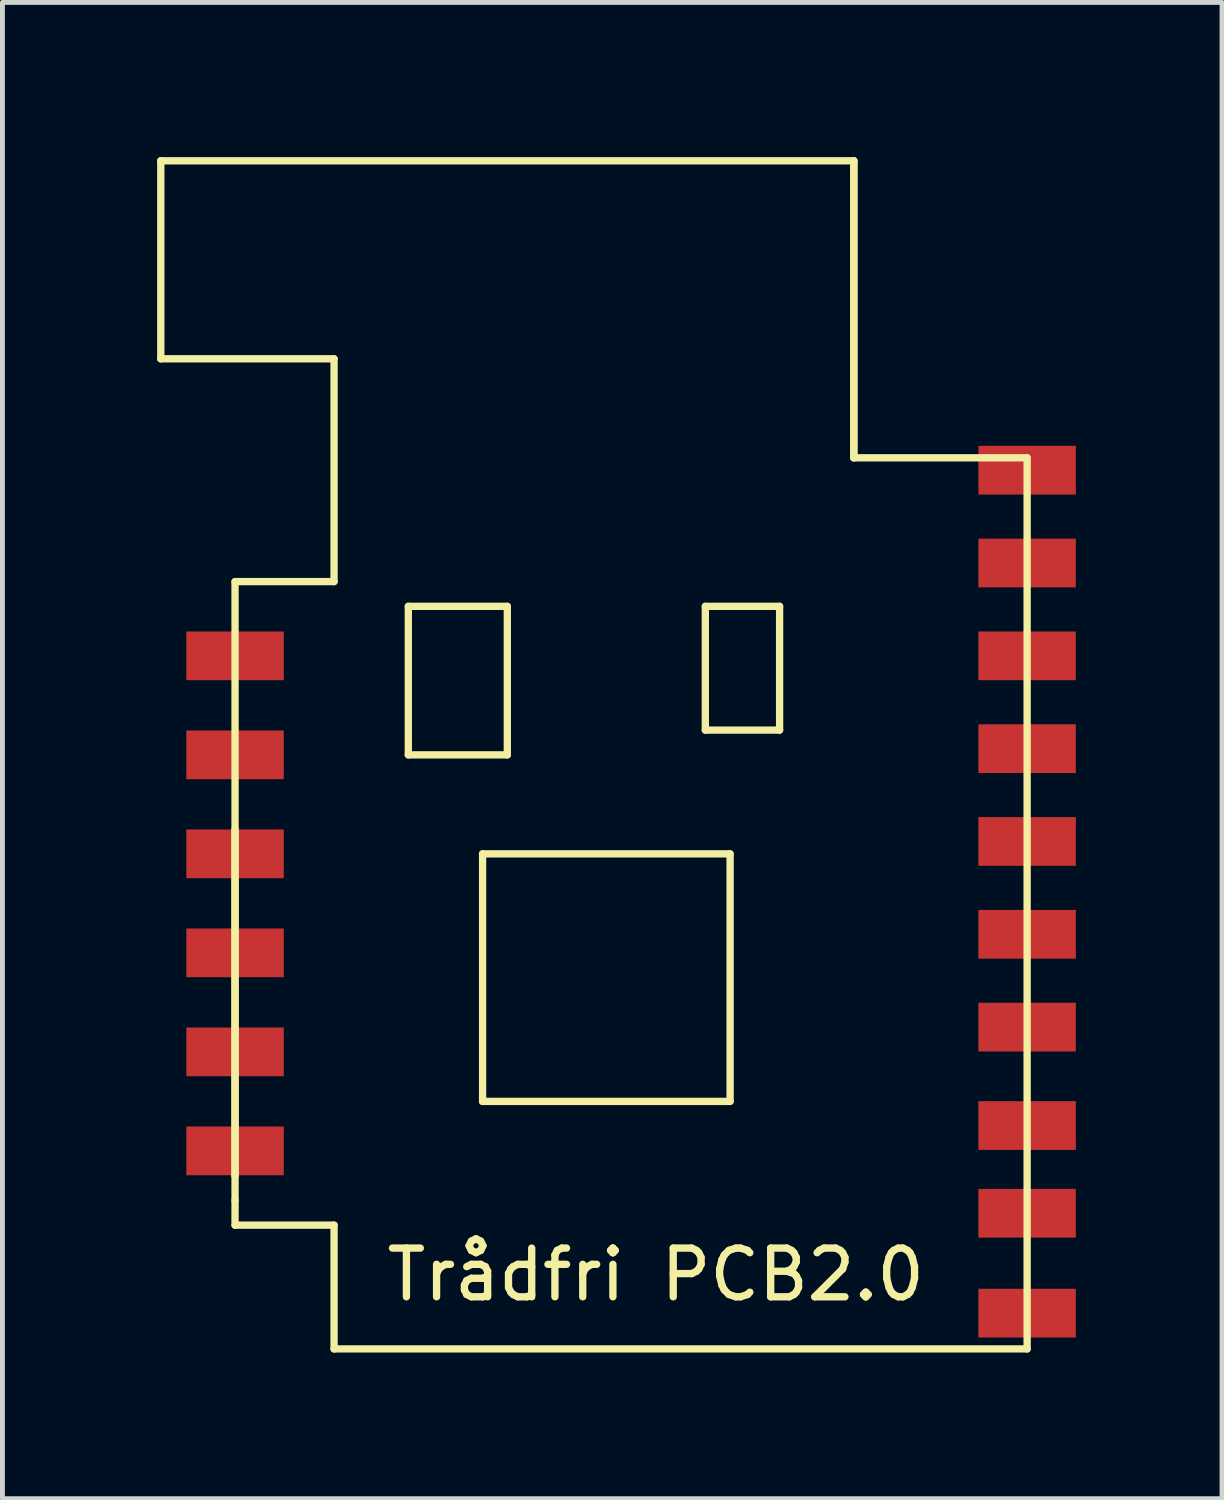
<source format=kicad_pcb>
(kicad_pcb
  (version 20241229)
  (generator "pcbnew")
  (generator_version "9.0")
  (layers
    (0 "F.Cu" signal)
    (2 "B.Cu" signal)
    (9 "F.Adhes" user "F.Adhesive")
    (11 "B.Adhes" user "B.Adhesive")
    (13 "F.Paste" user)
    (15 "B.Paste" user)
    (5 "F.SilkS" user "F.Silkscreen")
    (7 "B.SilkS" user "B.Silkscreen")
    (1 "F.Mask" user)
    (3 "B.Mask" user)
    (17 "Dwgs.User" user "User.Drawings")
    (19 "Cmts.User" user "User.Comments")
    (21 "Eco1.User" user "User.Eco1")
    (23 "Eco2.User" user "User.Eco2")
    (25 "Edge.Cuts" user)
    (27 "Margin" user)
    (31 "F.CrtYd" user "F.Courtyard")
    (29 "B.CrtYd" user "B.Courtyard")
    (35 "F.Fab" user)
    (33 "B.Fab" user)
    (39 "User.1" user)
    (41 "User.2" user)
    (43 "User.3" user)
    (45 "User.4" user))
  (footprint "Trådfri PCB2.0"
    (layer "F.Cu")
    (at 0.25 0.25)
    (property "Reference" "Trådfri PCB2.0" (at 10.16 22.86 0) (layer "F.SilkS") (effects (font (size 1 1) (thickness 0.15))))
    (attr through_hole)
    (fp_line (start 0 0) (end 0 4.064) (stroke (width 0.15) (type solid)) (layer "F.SilkS"))
    (fp_line (start 0 0) (end 14.224 0) (stroke (width 0.15) (type solid)) (layer "F.SilkS"))
    (fp_line (start 0 4.064) (end 3.556 4.064) (stroke (width 0.15) (type solid)) (layer "F.SilkS"))
    (fp_line (start 1.524 8.636) (end 1.524 20.828) (stroke (width 0.15) (type solid)) (layer "F.SilkS"))
    (fp_line (start 1.524 8.636) (end 3.556 8.636) (stroke (width 0.15) (type solid)) (layer "F.SilkS"))
    (fp_line (start 1.524 20.828) (end 1.524 13.716) (stroke (width 0.15) (type solid)) (layer "F.SilkS"))
    (fp_line (start 1.524 21.336) (end 1.524 20.828) (stroke (width 0.15) (type solid)) (layer "F.SilkS"))
    (fp_line (start 1.524 21.336) (end 1.524 21.844) (stroke (width 0.15) (type solid)) (layer "F.SilkS"))
    (fp_line (start 3.556 8.636) (end 3.556 4.064) (stroke (width 0.15) (type solid)) (layer "F.SilkS"))
    (fp_line (start 3.556 21.844) (end 1.524 21.844) (stroke (width 0.15) (type solid)) (layer "F.SilkS"))
    (fp_line (start 3.556 21.844) (end 3.556 24.384) (stroke (width 0.15) (type solid)) (layer "F.SilkS"))
    (fp_line (start 5.08 9.144) (end 5.08 12.192) (stroke (width 0.15) (type solid)) (layer "F.SilkS"))
    (fp_line (start 5.08 9.144) (end 7.112 9.144) (stroke (width 0.15) (type solid)) (layer "F.SilkS"))
    (fp_line (start 5.08 12.192) (end 7.112 12.192) (stroke (width 0.15) (type solid)) (layer "F.SilkS"))
    (fp_line (start 6.604 14.224) (end 11.684 14.224) (stroke (width 0.15) (type solid)) (layer "F.SilkS"))
    (fp_line (start 6.604 19.304) (end 6.604 14.224) (stroke (width 0.15) (type solid)) (layer "F.SilkS"))
    (fp_line (start 7.112 9.144) (end 7.112 12.192) (stroke (width 0.15) (type solid)) (layer "F.SilkS"))
    (fp_line (start 11.176 9.144) (end 11.176 11.684) (stroke (width 0.15) (type solid)) (layer "F.SilkS"))
    (fp_line (start 11.176 11.684) (end 12.7 11.684) (stroke (width 0.15) (type solid)) (layer "F.SilkS"))
    (fp_line (start 11.684 14.224) (end 11.684 19.304) (stroke (width 0.15) (type solid)) (layer "F.SilkS"))
    (fp_line (start 11.684 19.304) (end 6.604 19.304) (stroke (width 0.15) (type solid)) (layer "F.SilkS"))
    (fp_line (start 12.7 9.144) (end 11.176 9.144) (stroke (width 0.15) (type solid)) (layer "F.SilkS"))
    (fp_line (start 12.7 11.684) (end 12.7 9.144) (stroke (width 0.15) (type solid)) (layer "F.SilkS"))
    (fp_line (start 14.224 0) (end 14.224 6.096) (stroke (width 0.15) (type solid)) (layer "F.SilkS"))
    (fp_line (start 14.224 6.096) (end 14.224 0) (stroke (width 0.15) (type solid)) (layer "F.SilkS"))
    (fp_line (start 14.224 6.096) (end 17.78 6.096) (stroke (width 0.15) (type solid)) (layer "F.SilkS"))
    (fp_line (start 17.78 6.096) (end 17.78 24.384) (stroke (width 0.15) (type solid)) (layer "F.SilkS"))
    (fp_line (start 17.78 24.384) (end 3.556 24.384) (stroke (width 0.15) (type solid)) (layer "F.SilkS"))
    (pad "1" smd rect (at 1.524 10.16) (size 2 1) (layers "F.Cu" "F.Mask" "F.Paste"))
    (pad "2" smd rect (at 1.524 12.192) (size 2 1) (layers "F.Cu" "F.Mask" "F.Paste"))
    (pad "3" smd rect (at 1.524 14.224) (size 2 1) (layers "F.Cu" "F.Mask" "F.Paste"))
    (pad "4" smd rect (at 1.524 16.256) (size 2 1) (layers "F.Cu" "F.Mask" "F.Paste"))
    (pad "5" smd rect (at 1.524 18.288) (size 2 1) (layers "F.Cu" "F.Mask" "F.Paste"))
    (pad "6" smd rect (at 1.524 20.32) (size 2 1) (layers "F.Cu" "F.Mask" "F.Paste"))
    (pad "7" smd rect (at 17.78 23.65) (size 2 1) (layers "F.Cu" "F.Mask" "F.Paste"))
    (pad "8" smd rect (at 17.78 21.6) (size 2 1) (layers "F.Cu" "F.Mask" "F.Paste"))
    (pad "9" smd rect (at 17.78 19.8) (size 2 1) (layers "F.Cu" "F.Mask" "F.Paste"))
    (pad "10" smd rect (at 17.78 17.78) (size 2 1) (layers "F.Cu" "F.Mask" "F.Paste"))
    (pad "11" smd rect (at 17.78 15.875) (size 2 1) (layers "F.Cu" "F.Mask" "F.Paste"))
    (pad "12" smd rect (at 17.78 13.97) (size 2 1) (layers "F.Cu" "F.Mask" "F.Paste"))
    (pad "13" smd rect (at 17.78 12.065) (size 2 1) (layers "F.Cu" "F.Mask" "F.Paste"))
    (pad "14" smd rect (at 17.78 10.16) (size 2 1) (layers "F.Cu" "F.Mask" "F.Paste"))
    (pad "15" smd rect (at 17.78 8.255) (size 2 1) (layers "F.Cu" "F.Mask" "F.Paste"))
    (pad "16" smd rect (at 17.78 6.35) (size 2 1) (layers "F.Cu" "F.Mask" "F.Paste")))
  (gr_rect
    (start -3 -3)
    (end 22.03 27.709)
    (stroke (width 0.1) (type default))
    (fill no)
    (layer "Edge.Cuts")))
</source>
